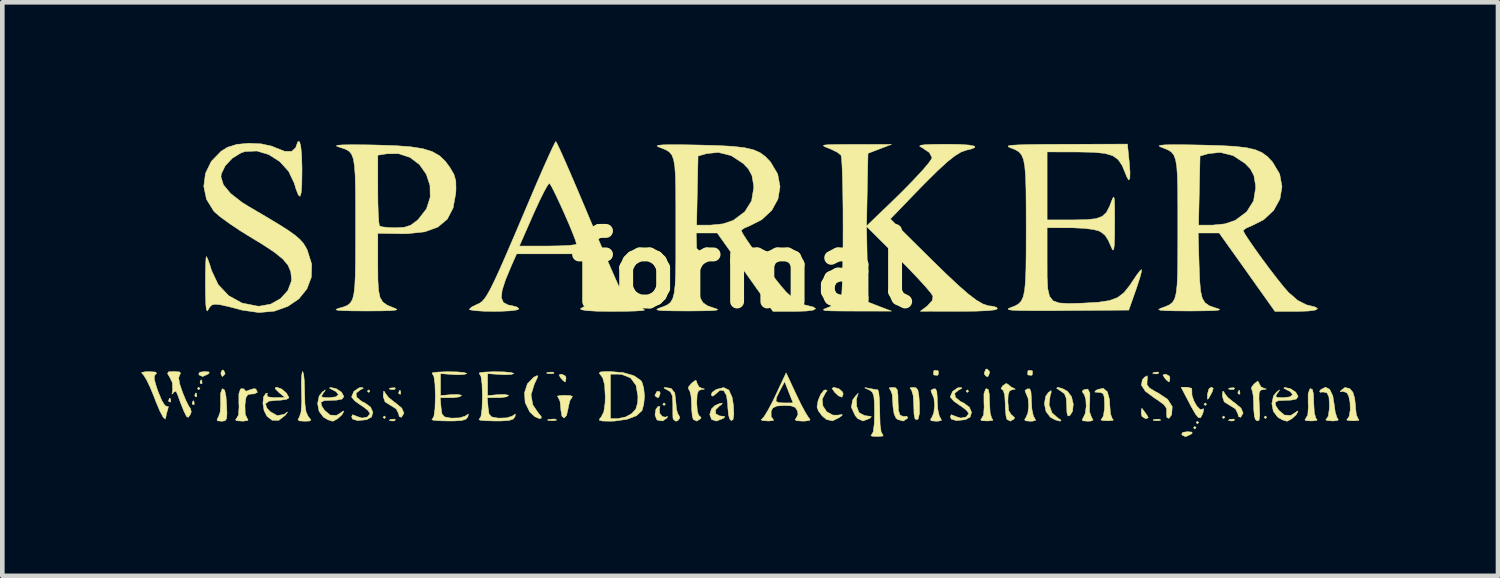
<source format=kicad_pcb>
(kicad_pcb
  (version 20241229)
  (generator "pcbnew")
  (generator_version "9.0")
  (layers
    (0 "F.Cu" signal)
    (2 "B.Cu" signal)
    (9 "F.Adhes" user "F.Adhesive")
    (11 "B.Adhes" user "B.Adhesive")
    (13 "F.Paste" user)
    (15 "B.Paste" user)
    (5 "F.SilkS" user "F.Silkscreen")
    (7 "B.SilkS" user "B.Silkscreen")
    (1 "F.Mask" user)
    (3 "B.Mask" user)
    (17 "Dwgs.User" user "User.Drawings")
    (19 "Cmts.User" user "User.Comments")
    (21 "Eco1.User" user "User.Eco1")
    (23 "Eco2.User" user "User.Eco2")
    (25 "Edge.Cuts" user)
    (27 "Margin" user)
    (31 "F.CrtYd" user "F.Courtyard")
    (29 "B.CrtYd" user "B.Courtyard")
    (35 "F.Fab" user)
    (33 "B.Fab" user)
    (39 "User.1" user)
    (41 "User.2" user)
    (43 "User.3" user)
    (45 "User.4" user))
  (footprint "formal"
    (layer "F.Cu")
    (at 13.009 2.77)
    (property "Reference" "formal" (at 0 0 0) (layer "F.SilkS") (effects (font (size 1.524 1.524) (thickness 0.3))))
    (attr through_hole)
    (fp_poly (pts (xy -11.74 2.568) (xy -11.769 2.596) (xy -11.797 2.568) (xy -11.769 2.54) (xy -11.74 2.568)) (stroke (width 0.01) (type solid)) (fill yes) (layer "F.SilkS"))
    (fp_poly (pts (xy -8.072 2.625) (xy -8.1 2.653) (xy -8.128 2.625) (xy -8.1 2.596) (xy -8.072 2.625)) (stroke (width 0.01) (type solid)) (fill yes) (layer "F.SilkS"))
    (fp_poly (pts (xy -7.733 3.189) (xy -7.761 3.217) (xy -7.789 3.189) (xy -7.761 3.161) (xy -7.733 3.189)) (stroke (width 0.01) (type solid)) (fill yes) (layer "F.SilkS"))
    (fp_poly (pts (xy -1.693 2.907) (xy -1.722 2.935) (xy -1.75 2.907) (xy -1.722 2.879) (xy -1.693 2.907)) (stroke (width 0.01) (type solid)) (fill yes) (layer "F.SilkS"))
    (fp_poly (pts (xy 4.854 2.625) (xy 4.826 2.653) (xy 4.798 2.625) (xy 4.826 2.596) (xy 4.854 2.625)) (stroke (width 0.01) (type solid)) (fill yes) (layer "F.SilkS"))
    (fp_poly (pts (xy 9.765 3.415) (xy 9.737 3.443) (xy 9.708 3.415) (xy 9.737 3.387) (xy 9.765 3.415)) (stroke (width 0.01) (type solid)) (fill yes) (layer "F.SilkS"))
    (fp_poly (pts (xy 9.821 3.302) (xy 9.793 3.33) (xy 9.765 3.302) (xy 9.793 3.274) (xy 9.821 3.302)) (stroke (width 0.01) (type solid)) (fill yes) (layer "F.SilkS"))
    (fp_poly (pts (xy 9.991 2.907) (xy 9.962 2.935) (xy 9.934 2.907) (xy 9.962 2.879) (xy 9.991 2.907)) (stroke (width 0.01) (type solid)) (fill yes) (layer "F.SilkS"))
    (fp_poly (pts (xy 10.386 3.189) (xy 10.358 3.217) (xy 10.329 3.189) (xy 10.358 3.161) (xy 10.386 3.189)) (stroke (width 0.01) (type solid)) (fill yes) (layer "F.SilkS"))
    (fp_poly (pts (xy 11.289 3.189) (xy 11.261 3.217) (xy 11.232 3.189) (xy 11.261 3.161) (xy 11.289 3.189)) (stroke (width 0.01) (type solid)) (fill yes) (layer "F.SilkS"))
    (fp_poly (pts (xy -12.38 2.785) (xy -12.373 2.852) (xy -12.38 2.86) (xy -12.414 2.852) (xy -12.418 2.822) (xy -12.397 2.776) (xy -12.38 2.785)) (stroke (width 0.01) (type solid)) (fill yes) (layer "F.SilkS"))
    (fp_poly (pts (xy -11.872 2.841) (xy -11.865 2.908) (xy -11.872 2.916) (xy -11.906 2.909) (xy -11.91 2.879) (xy -11.889 2.832) (xy -11.872 2.841)) (stroke (width 0.01) (type solid)) (fill yes) (layer "F.SilkS"))
    (fp_poly (pts (xy -11.816 2.672) (xy -11.809 2.739) (xy -11.816 2.747) (xy -11.849 2.739) (xy -11.853 2.709) (xy -11.833 2.663) (xy -11.816 2.672)) (stroke (width 0.01) (type solid)) (fill yes) (layer "F.SilkS"))
    (fp_poly (pts (xy -11.703 2.389) (xy -11.696 2.456) (xy -11.703 2.465) (xy -11.736 2.457) (xy -11.74 2.427) (xy -11.72 2.381) (xy -11.703 2.389)) (stroke (width 0.01) (type solid)) (fill yes) (layer "F.SilkS"))
    (fp_poly (pts (xy -7.522 2.562) (xy -7.539 2.588) (xy -7.596 2.592) (xy -7.657 2.578) (xy -7.631 2.558) (xy -7.542 2.551) (xy -7.522 2.562)) (stroke (width 0.01) (type solid)) (fill yes) (layer "F.SilkS"))
    (fp_poly (pts (xy -7.522 3.24) (xy -7.539 3.265) (xy -7.596 3.269) (xy -7.657 3.256) (xy -7.631 3.235) (xy -7.542 3.228) (xy -7.522 3.24)) (stroke (width 0.01) (type solid)) (fill yes) (layer "F.SilkS"))
    (fp_poly (pts (xy -7.413 2.615) (xy -7.406 2.682) (xy -7.413 2.691) (xy -7.447 2.683) (xy -7.451 2.653) (xy -7.43 2.606) (xy -7.413 2.615)) (stroke (width 0.01) (type solid)) (fill yes) (layer "F.SilkS"))
    (fp_poly (pts (xy -4.106 2.22) (xy -4.099 2.241) (xy -4.177 2.249) (xy -4.257 2.24) (xy -4.247 2.22) (xy -4.132 2.213) (xy -4.106 2.22)) (stroke (width 0.01) (type solid)) (fill yes) (layer "F.SilkS"))
    (fp_poly (pts (xy 8.959 2.224) (xy 8.943 2.249) (xy 8.885 2.253) (xy 8.825 2.24) (xy 8.851 2.219) (xy 8.939 2.212) (xy 8.959 2.224)) (stroke (width 0.01) (type solid)) (fill yes) (layer "F.SilkS"))
    (fp_poly (pts (xy 8.989 3.236) (xy 8.996 3.257) (xy 8.918 3.265) (xy 8.838 3.256) (xy 8.848 3.236) (xy 8.963 3.229) (xy 8.989 3.236)) (stroke (width 0.01) (type solid)) (fill yes) (layer "F.SilkS"))
    (fp_poly (pts (xy 10.596 2.562) (xy 10.579 2.588) (xy 10.522 2.592) (xy 10.462 2.578) (xy 10.488 2.558) (xy 10.576 2.551) (xy 10.596 2.562)) (stroke (width 0.01) (type solid)) (fill yes) (layer "F.SilkS"))
    (fp_poly (pts (xy 10.596 3.24) (xy 10.579 3.265) (xy 10.522 3.269) (xy 10.462 3.256) (xy 10.488 3.235) (xy 10.576 3.228) (xy 10.596 3.24)) (stroke (width 0.01) (type solid)) (fill yes) (layer "F.SilkS"))
    (fp_poly (pts (xy 10.706 2.615) (xy 10.712 2.682) (xy 10.706 2.691) (xy 10.672 2.683) (xy 10.668 2.653) (xy 10.689 2.606) (xy 10.706 2.615)) (stroke (width 0.01) (type solid)) (fill yes) (layer "F.SilkS"))
    (fp_poly (pts (xy -11.232 2.174) (xy -11.199 2.241) (xy -11.207 2.262) (xy -11.261 2.312) (xy -11.288 2.255) (xy -11.289 2.226) (xy -11.261 2.168) (xy -11.232 2.174)) (stroke (width 0.01) (type solid)) (fill yes) (layer "F.SilkS"))
    (fp_poly (pts (xy -11.545 2.211) (xy -11.546 2.239) (xy -11.571 2.258) (xy -11.684 2.31) (xy -11.755 2.278) (xy -11.769 2.258) (xy -11.748 2.217) (xy -11.645 2.202) (xy -11.545 2.211)) (stroke (width 0.01) (type solid)) (fill yes) (layer "F.SilkS"))
    (fp_poly (pts (xy -4.049 3.237) (xy -4.047 3.255) (xy -4.135 3.263) (xy -4.149 3.263) (xy -4.236 3.255) (xy -4.228 3.237) (xy -4.218 3.235) (xy -4.095 3.226) (xy -4.049 3.237)) (stroke (width 0.01) (type solid)) (fill yes) (layer "F.SilkS"))
    (fp_poly (pts (xy -1.814 2.637) (xy -1.806 2.678) (xy -1.836 2.755) (xy -1.863 2.766) (xy -1.917 2.725) (xy -1.919 2.713) (xy -1.878 2.636) (xy -1.863 2.625) (xy -1.814 2.637)) (stroke (width 0.01) (type solid)) (fill yes) (layer "F.SilkS"))
    (fp_poly (pts (xy 2.056 2.574) (xy 2.133 2.644) (xy 2.145 2.687) (xy 2.119 2.756) (xy 2.042 2.725) (xy 1.961 2.648) (xy 1.905 2.565) (xy 1.943 2.542) (xy 2.056 2.574)) (stroke (width 0.01) (type solid)) (fill yes) (layer "F.SilkS"))
    (fp_poly (pts (xy 4.189 2.182) (xy 4.202 2.197) (xy 4.196 2.27) (xy 4.182 2.283) (xy 4.108 2.277) (xy 4.095 2.263) (xy 4.101 2.189) (xy 4.116 2.176) (xy 4.189 2.182)) (stroke (width 0.01) (type solid)) (fill yes) (layer "F.SilkS"))
    (fp_poly (pts (xy 5.299 2.191) (xy 5.306 2.23) (xy 5.275 2.305) (xy 5.249 2.314) (xy 5.199 2.269) (xy 5.193 2.23) (xy 5.223 2.154) (xy 5.249 2.145) (xy 5.299 2.191)) (stroke (width 0.01) (type solid)) (fill yes) (layer "F.SilkS"))
    (fp_poly (pts (xy 6.221 2.182) (xy 6.234 2.197) (xy 6.228 2.27) (xy 6.214 2.283) (xy 6.14 2.277) (xy 6.127 2.263) (xy 6.133 2.189) (xy 6.148 2.176) (xy 6.221 2.182)) (stroke (width 0.01) (type solid)) (fill yes) (layer "F.SilkS"))
    (fp_poly (pts (xy 9.678 3.509) (xy 9.677 3.538) (xy 9.652 3.556) (xy 9.539 3.608) (xy 9.468 3.576) (xy 9.454 3.556) (xy 9.475 3.515) (xy 9.578 3.5) (xy 9.678 3.509)) (stroke (width 0.01) (type solid)) (fill yes) (layer "F.SilkS"))
    (fp_poly (pts (xy -3.851 2.3) (xy -3.838 2.342) (xy -3.85 2.418) (xy -3.86 2.427) (xy -3.908 2.39) (xy -3.951 2.342) (xy -3.99 2.276) (xy -3.939 2.258) (xy -3.93 2.258) (xy -3.851 2.3)) (stroke (width 0.01) (type solid)) (fill yes) (layer "F.SilkS"))
    (fp_poly (pts (xy 8.639 3.055) (xy 8.687 3.119) (xy 8.733 3.194) (xy 8.696 3.217) (xy 8.671 3.217) (xy 8.595 3.17) (xy 8.58 3.095) (xy 8.586 3.008) (xy 8.596 2.996) (xy 8.639 3.055)) (stroke (width 0.01) (type solid)) (fill yes) (layer "F.SilkS"))
    (fp_poly (pts (xy 9.188 2.3) (xy 9.2 2.342) (xy 9.189 2.418) (xy 9.179 2.427) (xy 9.13 2.39) (xy 9.088 2.342) (xy 9.048 2.276) (xy 9.1 2.258) (xy 9.109 2.258) (xy 9.188 2.3)) (stroke (width 0.01) (type solid)) (fill yes) (layer "F.SilkS"))
    (fp_poly (pts (xy 10.135 2.561) (xy 10.111 2.642) (xy 10.098 2.667) (xy 10.035 2.782) (xy 10.01 2.799) (xy 10.009 2.72) (xy 10.011 2.685) (xy 10.041 2.577) (xy 10.091 2.54) (xy 10.135 2.561)) (stroke (width 0.01) (type solid)) (fill yes) (layer "F.SilkS"))
    (fp_poly (pts (xy -1.821 3.006) (xy -1.818 3.1) (xy -1.76 3.174) (xy -1.685 3.187) (xy -1.665 3.175) (xy -1.645 3.173) (xy -1.659 3.203) (xy -1.749 3.268) (xy -1.858 3.254) (xy -1.881 3.236) (xy -1.918 3.136) (xy -1.898 3.016) (xy -1.853 2.957) (xy -1.81 2.955) (xy -1.821 3.006)) (stroke (width 0.01) (type solid)) (fill yes) (layer "F.SilkS"))
    (fp_poly (pts (xy 3.718 2.553) (xy 3.758 2.603) (xy 3.779 2.72) (xy 3.791 2.878) (xy 3.793 3.098) (xy 3.767 3.217) (xy 3.739 3.243) (xy 3.697 3.225) (xy 3.675 3.122) (xy 3.669 2.938) (xy 3.657 2.721) (xy 3.621 2.599) (xy 3.598 2.577) (xy 3.588 2.554) (xy 3.65 2.544) (xy 3.718 2.553)) (stroke (width 0.01) (type solid)) (fill yes) (layer "F.SilkS"))
    (fp_poly (pts (xy 6.635 2.656) (xy 6.615 2.715) (xy 6.59 2.915) (xy 6.653 3.092) (xy 6.776 3.202) (xy 6.85 3.252) (xy 6.831 3.273) (xy 6.828 3.273) (xy 6.719 3.243) (xy 6.617 3.186) (xy 6.524 3.063) (xy 6.49 2.897) (xy 6.517 2.736) (xy 6.578 2.651) (xy 6.635 2.613) (xy 6.635 2.656)) (stroke (width 0.01) (type solid)) (fill yes) (layer "F.SilkS"))
    (fp_poly (pts (xy -0.478 2.911) (xy -0.522 2.94) (xy -0.609 3.027) (xy -0.607 3.113) (xy -0.52 3.16) (xy -0.494 3.162) (xy -0.411 3.171) (xy -0.432 3.204) (xy -0.452 3.217) (xy -0.594 3.271) (xy -0.696 3.236) (xy -0.735 3.13) (xy -0.698 3.008) (xy -0.625 2.937) (xy -0.52 2.892) (xy -0.464 2.883) (xy -0.478 2.911)) (stroke (width 0.01) (type solid)) (fill yes) (layer "F.SilkS"))
    (fp_poly (pts (xy 6.884 2.571) (xy 6.987 2.628) (xy 7.075 2.744) (xy 7.113 2.905) (xy 7.097 3.061) (xy 7.041 3.149) (xy 6.998 3.161) (xy 6.976 3.092) (xy 6.971 2.947) (xy 6.961 2.777) (xy 6.921 2.679) (xy 6.834 2.616) (xy 6.83 2.614) (xy 6.754 2.563) (xy 6.771 2.541) (xy 6.775 2.541) (xy 6.884 2.571)) (stroke (width 0.01) (type solid)) (fill yes) (layer "F.SilkS"))
    (fp_poly (pts (xy -11.209 2.603) (xy -11.18 2.737) (xy -11.167 2.911) (xy -11.159 3.106) (xy -11.167 3.215) (xy -11.198 3.263) (xy -11.261 3.274) (xy -11.282 3.274) (xy -11.372 3.263) (xy -11.367 3.217) (xy -11.346 3.19) (xy -11.306 3.079) (xy -11.295 2.903) (xy -11.298 2.853) (xy -11.297 2.673) (xy -11.263 2.579) (xy -11.252 2.573) (xy -11.209 2.603)) (stroke (width 0.01) (type solid)) (fill yes) (layer "F.SilkS"))
    (fp_poly (pts (xy -7.755 2.638) (xy -7.742 2.668) (xy -7.669 2.763) (xy -7.542 2.865) (xy -7.52 2.879) (xy -7.385 2.991) (xy -7.338 3.1) (xy -7.389 3.185) (xy -7.394 3.189) (xy -7.44 3.173) (xy -7.451 3.115) (xy -7.504 3.008) (xy -7.62 2.935) (xy -7.745 2.857) (xy -7.785 2.745) (xy -7.785 2.717) (xy -7.777 2.625) (xy -7.755 2.638)) (stroke (width 0.01) (type solid)) (fill yes) (layer "F.SilkS"))
    (fp_poly (pts (xy -3.742 2.721) (xy -3.697 2.742) (xy -3.707 2.753) (xy -3.757 2.834) (xy -3.79 2.973) (xy -3.791 2.988) (xy -3.826 3.146) (xy -3.878 3.206) (xy -3.926 3.167) (xy -3.951 3.027) (xy -3.951 3.001) (xy -3.967 2.847) (xy -4.009 2.755) (xy -4.022 2.747) (xy -4.018 2.729) (xy -3.924 2.717) (xy -3.866 2.715) (xy -3.742 2.721)) (stroke (width 0.01) (type solid)) (fill yes) (layer "F.SilkS"))
    (fp_poly (pts (xy 2.469 2.677) (xy 2.431 2.797) (xy 2.437 2.953) (xy 2.483 3.079) (xy 2.495 3.093) (xy 2.605 3.151) (xy 2.678 3.162) (xy 2.754 3.171) (xy 2.726 3.206) (xy 2.709 3.217) (xy 2.572 3.269) (xy 2.459 3.217) (xy 2.402 3.148) (xy 2.322 2.972) (xy 2.35 2.815) (xy 2.413 2.729) (xy 2.471 2.669) (xy 2.469 2.677)) (stroke (width 0.01) (type solid)) (fill yes) (layer "F.SilkS"))
    (fp_poly (pts (xy 9.669 2.563) (xy 9.674 2.62) (xy 9.676 2.714) (xy 9.718 2.838) (xy 9.783 2.952) (xy 9.848 3.017) (xy 9.88 3.018) (xy 9.928 3.005) (xy 9.92 3.071) (xy 9.9 3.128) (xy 9.862 3.197) (xy 9.816 3.198) (xy 9.752 3.12) (xy 9.656 2.953) (xy 9.617 2.878) (xy 9.441 2.54) (xy 9.573 2.54) (xy 9.669 2.563)) (stroke (width 0.01) (type solid)) (fill yes) (layer "F.SilkS"))
    (fp_poly (pts (xy 10.364 2.638) (xy 10.377 2.668) (xy 10.45 2.763) (xy 10.577 2.865) (xy 10.599 2.879) (xy 10.734 2.991) (xy 10.78 3.1) (xy 10.73 3.185) (xy 10.724 3.189) (xy 10.679 3.173) (xy 10.668 3.115) (xy 10.615 3.008) (xy 10.499 2.935) (xy 10.373 2.857) (xy 10.334 2.745) (xy 10.333 2.717) (xy 10.342 2.625) (xy 10.364 2.638)) (stroke (width 0.01) (type solid)) (fill yes) (layer "F.SilkS"))
    (fp_poly (pts (xy -4.447 2.309) (xy -4.488 2.401) (xy -4.521 2.466) (xy -4.594 2.704) (xy -4.556 2.921) (xy -4.442 3.09) (xy -4.371 3.179) (xy -4.378 3.213) (xy -4.417 3.217) (xy -4.512 3.176) (xy -4.619 3.076) (xy -4.624 3.069) (xy -4.721 2.872) (xy -4.735 2.66) (xy -4.673 2.467) (xy -4.537 2.326) (xy -4.521 2.317) (xy -4.458 2.288) (xy -4.447 2.309)) (stroke (width 0.01) (type solid)) (fill yes) (layer "F.SilkS"))
    (fp_poly (pts (xy 5.277 2.588) (xy 5.3 2.692) (xy 5.306 2.876) (xy 5.318 3.093) (xy 5.353 3.215) (xy 5.376 3.236) (xy 5.375 3.255) (xy 5.285 3.267) (xy 5.249 3.268) (xy 5.128 3.261) (xy 5.116 3.233) (xy 5.128 3.224) (xy 5.177 3.138) (xy 5.189 2.961) (xy 5.185 2.886) (xy 5.184 2.682) (xy 5.22 2.581) (xy 5.235 2.571) (xy 5.277 2.588)) (stroke (width 0.01) (type solid)) (fill yes) (layer "F.SilkS"))
    (fp_poly (pts (xy 12.276 2.588) (xy 12.299 2.692) (xy 12.305 2.876) (xy 12.317 3.093) (xy 12.353 3.215) (xy 12.375 3.236) (xy 12.374 3.255) (xy 12.284 3.267) (xy 12.248 3.268) (xy 12.127 3.261) (xy 12.115 3.233) (xy 12.127 3.224) (xy 12.176 3.138) (xy 12.188 2.961) (xy 12.184 2.886) (xy 12.184 2.682) (xy 12.219 2.581) (xy 12.234 2.571) (xy 12.276 2.588)) (stroke (width 0.01) (type solid)) (fill yes) (layer "F.SilkS"))
    (fp_poly (pts (xy -0.323 2.602) (xy -0.253 2.756) (xy -0.224 2.931) (xy -0.215 3.124) (xy -0.232 3.238) (xy -0.271 3.262) (xy -0.309 3.22) (xy -0.33 3.134) (xy -0.345 2.981) (xy -0.348 2.904) (xy -0.373 2.718) (xy -0.433 2.614) (xy -0.516 2.604) (xy -0.595 2.675) (xy -0.667 2.734) (xy -0.703 2.713) (xy -0.685 2.651) (xy -0.591 2.586) (xy -0.434 2.547) (xy -0.323 2.602)) (stroke (width 0.01) (type solid)) (fill yes) (layer "F.SilkS"))
    (fp_poly (pts (xy 1.8 2.613) (xy 1.761 2.664) (xy 1.692 2.799) (xy 1.708 2.946) (xy 1.791 3.071) (xy 1.922 3.142) (xy 2.026 3.143) (xy 2.124 3.128) (xy 2.121 3.15) (xy 2.062 3.194) (xy 1.916 3.266) (xy 1.786 3.237) (xy 1.693 3.161) (xy 1.61 3.051) (xy 1.58 2.967) (xy 1.604 2.829) (xy 1.66 2.695) (xy 1.729 2.608) (xy 1.76 2.596) (xy 1.8 2.613)) (stroke (width 0.01) (type solid)) (fill yes) (layer "F.SilkS"))
    (fp_poly (pts (xy 4.167 2.637) (xy 4.177 2.782) (xy 4.177 2.841) (xy 4.189 3.023) (xy 4.22 3.161) (xy 4.245 3.206) (xy 4.27 3.254) (xy 4.202 3.273) (xy 4.149 3.274) (xy 4.042 3.264) (xy 4.033 3.229) (xy 4.053 3.206) (xy 4.101 3.098) (xy 4.119 2.937) (xy 4.105 2.777) (xy 4.06 2.672) (xy 4.038 2.61) (xy 4.088 2.577) (xy 4.141 2.576) (xy 4.167 2.637)) (stroke (width 0.01) (type solid)) (fill yes) (layer "F.SilkS"))
    (fp_poly (pts (xy 6.199 2.637) (xy 6.209 2.782) (xy 6.209 2.841) (xy 6.221 3.023) (xy 6.252 3.161) (xy 6.277 3.206) (xy 6.302 3.254) (xy 6.234 3.273) (xy 6.181 3.274) (xy 6.074 3.264) (xy 6.065 3.229) (xy 6.085 3.206) (xy 6.133 3.098) (xy 6.151 2.937) (xy 6.137 2.777) (xy 6.092 2.672) (xy 6.07 2.61) (xy 6.12 2.577) (xy 6.173 2.576) (xy 6.199 2.637)) (stroke (width 0.01) (type solid)) (fill yes) (layer "F.SilkS"))
    (fp_poly (pts (xy 7.471 2.668) (xy 7.47 2.847) (xy 7.465 2.885) (xy 7.464 3.071) (xy 7.507 3.189) (xy 7.541 3.249) (xy 7.49 3.271) (xy 7.418 3.274) (xy 7.314 3.264) (xy 7.308 3.228) (xy 7.326 3.206) (xy 7.372 3.106) (xy 7.392 2.955) (xy 7.384 2.802) (xy 7.349 2.694) (xy 7.332 2.677) (xy 7.305 2.627) (xy 7.344 2.592) (xy 7.428 2.58) (xy 7.471 2.668)) (stroke (width 0.01) (type solid)) (fill yes) (layer "F.SilkS"))
    (fp_poly (pts (xy -1.569 2.566) (xy -1.491 2.663) (xy -1.468 2.85) (xy -1.468 2.853) (xy -1.455 3.011) (xy -1.425 3.116) (xy -1.41 3.133) (xy -1.38 3.198) (xy -1.423 3.261) (xy -1.471 3.274) (xy -1.524 3.229) (xy -1.53 3.203) (xy -1.533 3.105) (xy -1.533 2.947) (xy -1.533 2.89) (xy -1.542 2.727) (xy -1.584 2.639) (xy -1.654 2.597) (xy -1.724 2.559) (xy -1.712 2.544) (xy -1.569 2.566)) (stroke (width 0.01) (type solid)) (fill yes) (layer "F.SilkS"))
    (fp_poly (pts (xy -9.505 2.253) (xy -9.49 2.391) (xy -9.483 2.589) (xy -9.483 2.649) (xy -9.475 2.906) (xy -9.451 3.073) (xy -9.406 3.171) (xy -9.394 3.185) (xy -9.345 3.246) (xy -9.377 3.27) (xy -9.486 3.274) (xy -9.603 3.266) (xy -9.626 3.233) (xy -9.598 3.192) (xy -9.56 3.079) (xy -9.545 2.862) (xy -9.549 2.656) (xy -9.553 2.445) (xy -9.546 2.287) (xy -9.531 2.206) (xy -9.525 2.201) (xy -9.505 2.253)) (stroke (width 0.01) (type solid)) (fill yes) (layer "F.SilkS"))
    (fp_poly (pts (xy 3.276 2.552) (xy 3.314 2.598) (xy 3.328 2.711) (xy 3.33 2.85) (xy 3.339 3.042) (xy 3.373 3.142) (xy 3.446 3.173) (xy 3.518 3.166) (xy 3.539 3.194) (xy 3.529 3.216) (xy 3.44 3.271) (xy 3.325 3.238) (xy 3.285 3.206) (xy 3.244 3.112) (xy 3.22 2.953) (xy 3.217 2.872) (xy 3.203 2.693) (xy 3.163 2.59) (xy 3.147 2.577) (xy 3.137 2.555) (xy 3.203 2.544) (xy 3.276 2.552)) (stroke (width 0.01) (type solid)) (fill yes) (layer "F.SilkS"))
    (fp_poly (pts (xy 12.65 2.589) (xy 12.716 2.727) (xy 12.746 2.912) (xy 12.769 3.081) (xy 12.808 3.201) (xy 12.831 3.229) (xy 12.827 3.256) (xy 12.735 3.268) (xy 12.7 3.268) (xy 12.59 3.259) (xy 12.563 3.242) (xy 12.573 3.236) (xy 12.619 3.162) (xy 12.642 3.001) (xy 12.644 2.93) (xy 12.633 2.751) (xy 12.591 2.662) (xy 12.503 2.642) (xy 12.446 2.65) (xy 12.43 2.628) (xy 12.462 2.588) (xy 12.561 2.539) (xy 12.65 2.589)) (stroke (width 0.01) (type solid)) (fill yes) (layer "F.SilkS"))
    (fp_poly (pts (xy 7.848 2.637) (xy 7.895 2.807) (xy 7.902 2.937) (xy 7.917 3.119) (xy 7.956 3.223) (xy 7.973 3.236) (xy 7.972 3.255) (xy 7.881 3.264) (xy 7.846 3.265) (xy 7.736 3.258) (xy 7.709 3.242) (xy 7.719 3.236) (xy 7.764 3.162) (xy 7.788 3.001) (xy 7.789 2.93) (xy 7.784 2.764) (xy 7.759 2.681) (xy 7.701 2.653) (xy 7.662 2.651) (xy 7.576 2.644) (xy 7.595 2.616) (xy 7.637 2.59) (xy 7.76 2.563) (xy 7.848 2.637)) (stroke (width 0.01) (type solid)) (fill yes) (layer "F.SilkS"))
    (fp_poly (pts (xy 8.714 2.353) (xy 8.707 2.396) (xy 8.705 2.487) (xy 8.757 2.557) (xy 8.885 2.634) (xy 8.942 2.663) (xy 9.149 2.8) (xy 9.249 2.957) (xy 9.238 3.129) (xy 9.237 3.133) (xy 9.18 3.212) (xy 9.134 3.194) (xy 9.127 3.092) (xy 9.129 3.084) (xy 9.127 2.997) (xy 9.071 2.918) (xy 8.941 2.821) (xy 8.867 2.774) (xy 8.669 2.626) (xy 8.583 2.494) (xy 8.606 2.374) (xy 8.656 2.321) (xy 8.709 2.293) (xy 8.714 2.353)) (stroke (width 0.01) (type solid)) (fill yes) (layer "F.SilkS"))
    (fp_poly (pts (xy 11.119 2.434) (xy 11.12 2.451) (xy 11.166 2.532) (xy 11.218 2.558) (xy 11.283 2.579) (xy 11.238 2.588) (xy 11.212 2.59) (xy 11.154 2.606) (xy 11.126 2.663) (xy 11.122 2.786) (xy 11.13 2.935) (xy 11.139 3.143) (xy 11.125 3.25) (xy 11.085 3.268) (xy 11.044 3.236) (xy 11.023 3.163) (xy 11.009 3.015) (xy 11.007 2.902) (xy 10.999 2.732) (xy 10.979 2.616) (xy 10.962 2.587) (xy 10.962 2.54) (xy 11.018 2.469) (xy 11.094 2.409) (xy 11.119 2.434)) (stroke (width 0.01) (type solid)) (fill yes) (layer "F.SilkS"))
    (fp_poly (pts (xy 13.083 2.571) (xy 13.15 2.649) (xy 13.188 2.777) (xy 13.207 2.95) (xy 13.208 2.983) (xy 13.224 3.136) (xy 13.266 3.228) (xy 13.279 3.236) (xy 13.278 3.255) (xy 13.187 3.264) (xy 13.152 3.265) (xy 13.041 3.258) (xy 13.015 3.242) (xy 13.025 3.236) (xy 13.071 3.165) (xy 13.093 3.027) (xy 13.088 2.866) (xy 13.059 2.727) (xy 13.019 2.66) (xy 12.932 2.627) (xy 12.897 2.639) (xy 12.878 2.64) (xy 12.892 2.611) (xy 12.979 2.545) (xy 13.083 2.571)) (stroke (width 0.01) (type solid)) (fill yes) (layer "F.SilkS"))
    (fp_poly (pts (xy 5.696 2.472) (xy 5.774 2.537) (xy 5.814 2.555) (xy 5.862 2.582) (xy 5.801 2.592) (xy 5.8 2.592) (xy 5.737 2.618) (xy 5.707 2.707) (xy 5.701 2.852) (xy 5.718 3.043) (xy 5.773 3.134) (xy 5.785 3.14) (xy 5.843 3.193) (xy 5.838 3.223) (xy 5.757 3.272) (xy 5.682 3.236) (xy 5.661 3.163) (xy 5.647 3.015) (xy 5.644 2.897) (xy 5.633 2.711) (xy 5.602 2.61) (xy 5.581 2.596) (xy 5.553 2.567) (xy 5.59 2.509) (xy 5.662 2.46) (xy 5.696 2.472)) (stroke (width 0.01) (type solid)) (fill yes) (layer "F.SilkS"))
    (fp_poly (pts (xy -12.705 2.212) (xy -12.676 2.239) (xy -12.692 2.251) (xy -12.727 2.297) (xy -12.724 2.383) (xy -12.681 2.535) (xy -12.642 2.645) (xy -12.566 2.826) (xy -12.499 2.934) (xy -12.457 2.953) (xy -12.423 2.959) (xy -12.436 3.015) (xy -12.469 3.125) (xy -12.474 3.166) (xy -12.491 3.227) (xy -12.536 3.188) (xy -12.606 3.058) (xy -12.697 2.842) (xy -12.727 2.761) (xy -12.814 2.547) (xy -12.897 2.374) (xy -12.964 2.27) (xy -12.981 2.255) (xy -13.004 2.222) (xy -12.923 2.206) (xy -12.841 2.204) (xy -12.705 2.212)) (stroke (width 0.01) (type solid)) (fill yes) (layer "F.SilkS"))
    (fp_poly (pts (xy -1.019 2.405) (xy -1.016 2.442) (xy -0.969 2.531) (xy -0.917 2.558) (xy -0.848 2.579) (xy -0.888 2.588) (xy -0.917 2.59) (xy -0.978 2.615) (xy -1.008 2.699) (xy -1.016 2.868) (xy -1.016 2.879) (xy -1.005 3.045) (xy -0.977 3.145) (xy -0.956 3.161) (xy -0.923 3.195) (xy -0.931 3.217) (xy -1.014 3.272) (xy -1.091 3.236) (xy -1.113 3.163) (xy -1.126 3.015) (xy -1.129 2.902) (xy -1.139 2.732) (xy -1.167 2.615) (xy -1.19 2.586) (xy -1.198 2.54) (xy -1.133 2.459) (xy -1.049 2.393) (xy -1.019 2.405)) (stroke (width 0.01) (type solid)) (fill yes) (layer "F.SilkS"))
    (fp_poly (pts (xy 2.709 2.566) (xy 2.832 2.588) (xy 2.893 2.596) (xy 2.912 2.648) (xy 2.927 2.787) (xy 2.934 2.987) (xy 2.935 3.072) (xy 2.942 3.341) (xy 2.965 3.507) (xy 3.005 3.575) (xy 3.006 3.575) (xy 3.005 3.593) (xy 2.914 3.603) (xy 2.879 3.604) (xy 2.768 3.597) (xy 2.742 3.58) (xy 2.752 3.575) (xy 2.793 3.506) (xy 2.816 3.336) (xy 2.822 3.098) (xy 2.819 2.871) (xy 2.807 2.732) (xy 2.778 2.653) (xy 2.726 2.608) (xy 2.695 2.593) (xy 2.61 2.554) (xy 2.629 2.55) (xy 2.709 2.566)) (stroke (width 0.01) (type solid)) (fill yes) (layer "F.SilkS"))
    (fp_poly (pts (xy -10.534 2.58) (xy -10.501 2.65) (xy -10.57 2.684) (xy -10.626 2.686) (xy -10.706 2.698) (xy -10.748 2.76) (xy -10.768 2.903) (xy -10.77 2.93) (xy -10.765 3.122) (xy -10.718 3.223) (xy -10.714 3.225) (xy -10.704 3.257) (xy -10.802 3.272) (xy -10.837 3.272) (xy -10.96 3.262) (xy -10.971 3.233) (xy -10.958 3.224) (xy -10.909 3.138) (xy -10.898 2.961) (xy -10.902 2.886) (xy -10.902 2.682) (xy -10.867 2.581) (xy -10.851 2.571) (xy -10.788 2.578) (xy -10.781 2.6) (xy -10.743 2.627) (xy -10.675 2.6) (xy -10.576 2.57) (xy -10.534 2.58)) (stroke (width 0.01) (type solid)) (fill yes) (layer "F.SilkS"))
    (fp_poly (pts (xy -8.214 2.561) (xy -8.282 2.598) (xy -8.372 2.669) (xy -8.359 2.757) (xy -8.249 2.848) (xy -8.18 2.88) (xy -8.058 2.969) (xy -8.009 3.081) (xy -8.038 3.183) (xy -8.142 3.241) (xy -8.336 3.261) (xy -8.446 3.228) (xy -8.467 3.179) (xy -8.447 3.133) (xy -8.371 3.163) (xy -8.361 3.169) (xy -8.241 3.206) (xy -8.129 3.184) (xy -8.072 3.116) (xy -8.072 3.104) (xy -8.116 3.04) (xy -8.227 2.954) (xy -8.269 2.928) (xy -8.394 2.839) (xy -8.462 2.76) (xy -8.467 2.743) (xy -8.419 2.631) (xy -8.309 2.555) (xy -8.244 2.544) (xy -8.214 2.561)) (stroke (width 0.01) (type solid)) (fill yes) (layer "F.SilkS"))
    (fp_poly (pts (xy 4.712 2.561) (xy 4.643 2.598) (xy 4.554 2.669) (xy 4.567 2.757) (xy 4.677 2.848) (xy 4.745 2.88) (xy 4.868 2.969) (xy 4.917 3.081) (xy 4.887 3.183) (xy 4.784 3.241) (xy 4.589 3.261) (xy 4.48 3.228) (xy 4.459 3.179) (xy 4.479 3.133) (xy 4.555 3.163) (xy 4.565 3.169) (xy 4.685 3.206) (xy 4.797 3.184) (xy 4.853 3.116) (xy 4.854 3.104) (xy 4.81 3.04) (xy 4.699 2.954) (xy 4.657 2.928) (xy 4.532 2.839) (xy 4.464 2.76) (xy 4.459 2.743) (xy 4.507 2.631) (xy 4.616 2.555) (xy 4.682 2.544) (xy 4.712 2.561)) (stroke (width 0.01) (type solid)) (fill yes) (layer "F.SilkS"))
    (fp_poly (pts (xy -12.178 2.211) (xy -12.16 2.245) (xy -12.176 2.265) (xy -12.202 2.337) (xy -12.18 2.469) (xy -12.12 2.646) (xy -12.048 2.821) (xy -11.983 2.951) (xy -11.948 2.999) (xy -11.929 3.072) (xy -11.954 3.137) (xy -11.996 3.192) (xy -12.035 3.167) (xy -12.091 3.05) (xy -12.095 3.04) (xy -12.163 2.871) (xy -12.216 2.723) (xy -12.22 2.711) (xy -12.259 2.627) (xy -12.303 2.643) (xy -12.315 2.66) (xy -12.347 2.69) (xy -12.335 2.62) (xy -12.332 2.608) (xy -12.338 2.443) (xy -12.386 2.34) (xy -12.442 2.245) (xy -12.422 2.208) (xy -12.31 2.201) (xy -12.295 2.201) (xy -12.178 2.211)) (stroke (width 0.01) (type solid)) (fill yes) (layer "F.SilkS"))
    (fp_poly (pts (xy -9.978 2.579) (xy -9.874 2.667) (xy -9.822 2.762) (xy -9.821 2.77) (xy -9.872 2.801) (xy -9.999 2.82) (xy -10.075 2.822) (xy -10.255 2.841) (xy -10.329 2.899) (xy -10.296 2.993) (xy -10.226 3.067) (xy -10.073 3.153) (xy -9.926 3.127) (xy -9.876 3.09) (xy -9.85 3.076) (xy -9.892 3.135) (xy -9.902 3.147) (xy -10.042 3.256) (xy -10.183 3.253) (xy -10.292 3.171) (xy -10.357 3.047) (xy -10.383 2.891) (xy -10.369 2.75) (xy -10.321 2.676) (xy -10.282 2.669) (xy -10.296 2.701) (xy -10.284 2.746) (xy -10.17 2.763) (xy -10.121 2.764) (xy -9.906 2.762) (xy -10.039 2.651) (xy -10.118 2.572) (xy -10.104 2.541) (xy -10.086 2.54) (xy -9.978 2.579)) (stroke (width 0.01) (type solid)) (fill yes) (layer "F.SilkS"))
    (fp_poly (pts (xy -8.799 2.572) (xy -8.686 2.647) (xy -8.636 2.738) (xy -8.636 2.74) (xy -8.672 2.794) (xy -8.79 2.819) (xy -8.89 2.822) (xy -9.06 2.83) (xy -9.131 2.866) (xy -9.114 2.945) (xy -9.056 3.035) (xy -8.932 3.141) (xy -8.793 3.149) (xy -8.704 3.093) (xy -8.647 3.053) (xy -8.636 3.061) (xy -8.678 3.137) (xy -8.771 3.221) (xy -8.865 3.272) (xy -8.881 3.274) (xy -8.976 3.244) (xy -9.075 3.186) (xy -9.17 3.06) (xy -9.202 2.892) (xy -9.168 2.73) (xy -9.102 2.646) (xy -9.035 2.597) (xy -9.049 2.626) (xy -9.08 2.667) (xy -9.12 2.732) (xy -9.088 2.76) (xy -8.963 2.766) (xy -8.953 2.766) (xy -8.805 2.747) (xy -8.753 2.698) (xy -8.804 2.634) (xy -8.876 2.598) (xy -8.945 2.56) (xy -8.929 2.544) (xy -8.799 2.572)) (stroke (width 0.01) (type solid)) (fill yes) (layer "F.SilkS"))
    (fp_poly (pts (xy 11.803 2.572) (xy 11.916 2.647) (xy 11.966 2.738) (xy 11.966 2.74) (xy 11.931 2.794) (xy 11.812 2.819) (xy 11.712 2.822) (xy 11.542 2.83) (xy 11.471 2.866) (xy 11.488 2.945) (xy 11.546 3.035) (xy 11.671 3.141) (xy 11.809 3.149) (xy 11.898 3.093) (xy 11.956 3.053) (xy 11.966 3.061) (xy 11.924 3.137) (xy 11.831 3.221) (xy 11.737 3.272) (xy 11.721 3.274) (xy 11.626 3.244) (xy 11.527 3.186) (xy 11.432 3.06) (xy 11.4 2.892) (xy 11.435 2.73) (xy 11.501 2.646) (xy 11.567 2.597) (xy 11.553 2.626) (xy 11.522 2.667) (xy 11.482 2.732) (xy 11.514 2.76) (xy 11.639 2.766) (xy 11.649 2.766) (xy 11.797 2.747) (xy 11.849 2.698) (xy 11.798 2.634) (xy 11.726 2.598) (xy 11.657 2.56) (xy 11.674 2.544) (xy 11.803 2.572)) (stroke (width 0.01) (type solid)) (fill yes) (layer "F.SilkS"))
    (fp_poly (pts (xy 1.136 2.707) (xy 1.24 2.921) (xy 1.335 3.096) (xy 1.405 3.206) (xy 1.427 3.228) (xy 1.423 3.255) (xy 1.327 3.271) (xy 1.27 3.272) (xy 1.134 3.263) (xy 1.105 3.236) (xy 1.121 3.224) (xy 1.17 3.132) (xy 1.159 3.055) (xy 1.113 2.977) (xy 1.018 2.942) (xy 0.875 2.935) (xy 0.712 2.946) (xy 0.627 2.987) (xy 0.59 3.055) (xy 0.59 3.178) (xy 0.629 3.224) (xy 0.642 3.257) (xy 0.545 3.269) (xy 0.508 3.268) (xy 0.399 3.259) (xy 0.374 3.241) (xy 0.384 3.235) (xy 0.439 3.174) (xy 0.524 3.034) (xy 0.625 2.843) (xy 0.694 2.843) (xy 0.754 2.874) (xy 0.87 2.879) (xy 1.063 2.879) (xy 0.882 2.418) (xy 0.782 2.606) (xy 0.706 2.761) (xy 0.694 2.843) (xy 0.625 2.843) (xy 0.627 2.839) (xy 0.685 2.718) (xy 0.913 2.23) (xy 1.136 2.707)) (stroke (width 0.01) (type solid)) (fill yes) (layer "F.SilkS"))
    (fp_poly (pts (xy -2.604 2.225) (xy -2.375 2.29) (xy -2.227 2.391) (xy -2.2 2.429) (xy -2.162 2.555) (xy -2.145 2.723) (xy -2.145 2.738) (xy -2.16 2.905) (xy -2.196 3.038) (xy -2.2 3.046) (xy -2.318 3.156) (xy -2.523 3.233) (xy -2.793 3.271) (xy -2.891 3.274) (xy -3.052 3.27) (xy -3.119 3.254) (xy -3.11 3.217) (xy -3.08 3.185) (xy -3.023 3.074) (xy -2.995 2.878) (xy -2.992 2.738) (xy -3.005 2.491) (xy -3.046 2.338) (xy -3.08 2.29) (xy -3.106 2.258) (xy -2.879 2.258) (xy -2.879 3.217) (xy -2.716 3.217) (xy -2.549 3.181) (xy -2.419 3.109) (xy -2.331 3.01) (xy -2.292 2.874) (xy -2.286 2.738) (xy -2.327 2.499) (xy -2.445 2.339) (xy -2.635 2.263) (xy -2.716 2.258) (xy -2.879 2.258) (xy -3.106 2.258) (xy -3.122 2.238) (xy -3.098 2.211) (xy -2.991 2.202) (xy -2.891 2.201) (xy -2.604 2.225)) (stroke (width 0.01) (type solid)) (fill yes) (layer "F.SilkS"))
    (fp_poly (pts (xy -6.194 2.209) (xy -6.048 2.222) (xy -5.984 2.241) (xy -5.983 2.244) (xy -6.034 2.264) (xy -6.163 2.271) (xy -6.265 2.266) (xy -6.548 2.247) (xy -6.548 2.721) (xy -6.322 2.7) (xy -6.181 2.696) (xy -6.102 2.712) (xy -6.096 2.722) (xy -6.146 2.749) (xy -6.272 2.765) (xy -6.325 2.766) (xy -6.554 2.766) (xy -6.537 2.977) (xy -6.517 3.116) (xy -6.463 3.18) (xy -6.34 3.204) (xy -6.304 3.207) (xy -6.141 3.202) (xy -6.02 3.166) (xy -6.006 3.157) (xy -5.948 3.119) (xy -5.955 3.17) (xy -5.96 3.181) (xy -6.001 3.231) (xy -6.093 3.259) (xy -6.261 3.269) (xy -6.398 3.269) (xy -6.583 3.264) (xy -6.703 3.253) (xy -6.736 3.239) (xy -6.731 3.236) (xy -6.691 3.17) (xy -6.668 3.006) (xy -6.66 2.738) (xy -6.668 2.469) (xy -6.691 2.305) (xy -6.731 2.239) (xy -6.715 2.225) (xy -6.608 2.213) (xy -6.431 2.206) (xy -6.392 2.206) (xy -6.194 2.209)) (stroke (width 0.01) (type solid)) (fill yes) (layer "F.SilkS"))
    (fp_poly (pts (xy -5.178 2.209) (xy -5.032 2.222) (xy -4.968 2.241) (xy -4.967 2.244) (xy -5.018 2.264) (xy -5.147 2.271) (xy -5.249 2.266) (xy -5.532 2.247) (xy -5.532 2.721) (xy -5.306 2.7) (xy -5.165 2.696) (xy -5.086 2.712) (xy -5.08 2.722) (xy -5.13 2.749) (xy -5.256 2.765) (xy -5.309 2.766) (xy -5.538 2.766) (xy -5.521 2.977) (xy -5.501 3.116) (xy -5.447 3.18) (xy -5.324 3.204) (xy -5.288 3.207) (xy -5.125 3.202) (xy -5.004 3.166) (xy -4.99 3.157) (xy -4.932 3.119) (xy -4.939 3.17) (xy -4.944 3.181) (xy -4.985 3.231) (xy -5.077 3.259) (xy -5.245 3.269) (xy -5.382 3.269) (xy -5.567 3.264) (xy -5.687 3.253) (xy -5.72 3.239) (xy -5.715 3.236) (xy -5.675 3.17) (xy -5.652 3.006) (xy -5.644 2.738) (xy -5.652 2.469) (xy -5.675 2.305) (xy -5.715 2.239) (xy -5.699 2.225) (xy -5.592 2.213) (xy -5.415 2.206) (xy -5.376 2.206) (xy -5.178 2.209)) (stroke (width 0.01) (type solid)) (fill yes) (layer "F.SilkS"))
    (fp_poly (pts (xy -8.164 -2.693) (xy -7.987 -2.69) (xy -7.545 -2.677) (xy -7.199 -2.652) (xy -6.933 -2.611) (xy -6.729 -2.548) (xy -6.572 -2.459) (xy -6.445 -2.339) (xy -6.347 -2.207) (xy -6.258 -2.055) (xy -6.218 -1.915) (xy -6.214 -1.737) (xy -6.219 -1.648) (xy -6.277 -1.329) (xy -6.403 -1.087) (xy -6.605 -0.918) (xy -6.889 -0.815) (xy -7.262 -0.775) (xy -7.408 -0.774) (xy -7.902 -0.783) (xy -7.902 -0.09) (xy -7.9 0.226) (xy -7.886 0.45) (xy -7.854 0.601) (xy -7.795 0.7) (xy -7.701 0.768) (xy -7.564 0.825) (xy -7.535 0.835) (xy -7.489 0.859) (xy -7.515 0.875) (xy -7.621 0.886) (xy -7.82 0.892) (xy -8.12 0.894) (xy -8.156 0.894) (xy -8.465 0.892) (xy -8.67 0.886) (xy -8.781 0.876) (xy -8.806 0.861) (xy -8.755 0.839) (xy -8.749 0.837) (xy -8.643 0.807) (xy -8.56 0.774) (xy -8.497 0.724) (xy -8.45 0.647) (xy -8.419 0.527) (xy -8.399 0.353) (xy -8.388 0.113) (xy -8.383 -0.208) (xy -8.382 -0.622) (xy -8.382 -0.903) (xy -8.382 -1.375) (xy -8.384 -1.746) (xy -8.391 -2.03) (xy -8.406 -2.24) (xy -8.43 -2.389) (xy -8.46 -2.469) (xy -7.902 -2.469) (xy -7.902 -1.724) (xy -7.9 -1.444) (xy -7.892 -1.207) (xy -7.881 -1.033) (xy -7.867 -0.946) (xy -7.865 -0.941) (xy -7.791 -0.92) (xy -7.643 -0.906) (xy -7.525 -0.903) (xy -7.33 -0.913) (xy -7.193 -0.957) (xy -7.062 -1.053) (xy -7.025 -1.087) (xy -6.851 -1.312) (xy -6.771 -1.562) (xy -6.776 -1.818) (xy -6.856 -2.059) (xy -7.003 -2.267) (xy -7.206 -2.421) (xy -7.456 -2.503) (xy -7.707 -2.5) (xy -7.902 -2.469) (xy -8.46 -2.469) (xy -8.468 -2.49) (xy -8.521 -2.554) (xy -8.593 -2.596) (xy -8.685 -2.628) (xy -8.749 -2.648) (xy -8.798 -2.669) (xy -8.772 -2.684) (xy -8.664 -2.692) (xy -8.464 -2.695) (xy -8.164 -2.693)) (stroke (width 0.01) (type solid)) (fill yes) (layer "F.SilkS"))
    (fp_poly (pts (xy 4.66 -2.702) (xy 4.866 -2.688) (xy 4.978 -2.665) (xy 4.989 -2.635) (xy 4.896 -2.599) (xy 4.808 -2.579) (xy 4.695 -2.54) (xy 4.56 -2.458) (xy 4.392 -2.326) (xy 4.181 -2.132) (xy 3.915 -1.869) (xy 3.685 -1.633) (xy 3.164 -1.093) (xy 4.023 -0.243) (xy 4.361 0.087) (xy 4.633 0.342) (xy 4.85 0.531) (xy 5.023 0.662) (xy 5.163 0.743) (xy 5.281 0.782) (xy 5.359 0.79) (xy 5.453 0.813) (xy 5.475 0.847) (xy 5.42 0.87) (xy 5.262 0.887) (xy 5.011 0.898) (xy 4.675 0.901) (xy 4.643 0.901) (xy 3.81 0.9) (xy 3.96 0.788) (xy 4.07 0.667) (xy 4.083 0.573) (xy 4.035 0.501) (xy 3.92 0.365) (xy 3.752 0.181) (xy 3.544 -0.037) (xy 3.353 -0.231) (xy 2.65 -0.931) (xy 2.681 0.702) (xy 2.935 0.8) (xy 3.189 0.897) (xy 2.399 0.896) (xy 2.09 0.895) (xy 1.881 0.892) (xy 1.761 0.885) (xy 1.717 0.872) (xy 1.737 0.852) (xy 1.809 0.822) (xy 1.832 0.813) (xy 1.982 0.746) (xy 2.084 0.679) (xy 2.099 0.662) (xy 2.111 0.589) (xy 2.121 0.419) (xy 2.13 0.167) (xy 2.137 -0.152) (xy 2.142 -0.52) (xy 2.143 -0.903) (xy 2.142 -1.305) (xy 2.137 -1.672) (xy 2.13 -1.987) (xy 2.121 -2.235) (xy 2.11 -2.401) (xy 2.099 -2.468) (xy 2.021 -2.531) (xy 1.881 -2.6) (xy 1.832 -2.62) (xy 1.75 -2.652) (xy 1.716 -2.674) (xy 1.744 -2.689) (xy 1.846 -2.697) (xy 2.033 -2.701) (xy 2.318 -2.702) (xy 2.399 -2.702) (xy 3.189 -2.703) (xy 2.935 -2.606) (xy 2.681 -2.509) (xy 2.665 -1.725) (xy 2.65 -0.941) (xy 3.145 -1.416) (xy 3.419 -1.683) (xy 3.657 -1.927) (xy 3.851 -2.135) (xy 3.988 -2.295) (xy 4.057 -2.395) (xy 4.063 -2.416) (xy 4.007 -2.526) (xy 3.854 -2.629) (xy 3.838 -2.637) (xy 3.795 -2.664) (xy 3.816 -2.684) (xy 3.913 -2.696) (xy 4.099 -2.703) (xy 4.364 -2.706) (xy 4.66 -2.702)) (stroke (width 0.01) (type solid)) (fill yes) (layer "F.SilkS"))
    (fp_poly (pts (xy -9.566 -2.664) (xy -9.547 -2.472) (xy -9.539 -2.193) (xy -9.539 -2.134) (xy -9.543 -1.84) (xy -9.557 -1.657) (xy -9.581 -1.581) (xy -9.618 -1.61) (xy -9.669 -1.741) (xy -9.705 -1.862) (xy -9.827 -2.12) (xy -10.019 -2.332) (xy -10.256 -2.483) (xy -10.514 -2.56) (xy -10.77 -2.548) (xy -10.856 -2.519) (xy -11.046 -2.402) (xy -11.197 -2.239) (xy -11.281 -2.066) (xy -11.289 -2) (xy -11.235 -1.829) (xy -11.08 -1.642) (xy -10.831 -1.448) (xy -10.688 -1.36) (xy -10.324 -1.146) (xy -10.044 -0.978) (xy -9.836 -0.846) (xy -9.687 -0.74) (xy -9.582 -0.649) (xy -9.508 -0.565) (xy -9.453 -0.476) (xy -9.424 -0.418) (xy -9.33 -0.118) (xy -9.337 0.164) (xy -9.433 0.418) (xy -9.606 0.632) (xy -9.845 0.795) (xy -10.136 0.898) (xy -10.469 0.928) (xy -10.832 0.876) (xy -10.847 0.872) (xy -11.12 0.8) (xy -11.304 0.759) (xy -11.421 0.748) (xy -11.491 0.767) (xy -11.535 0.815) (xy -11.557 0.856) (xy -11.584 0.894) (xy -11.603 0.865) (xy -11.615 0.756) (xy -11.622 0.554) (xy -11.624 0.353) (xy -11.623 0.1) (xy -11.619 -0.105) (xy -11.612 -0.239) (xy -11.603 -0.282) (xy -11.576 -0.233) (xy -11.53 -0.106) (xy -11.491 0.022) (xy -11.347 0.326) (xy -11.122 0.564) (xy -10.833 0.723) (xy -10.5 0.789) (xy -10.455 0.79) (xy -10.213 0.746) (xy -10.001 0.626) (xy -9.845 0.453) (xy -9.768 0.25) (xy -9.765 0.197) (xy -9.782 0.044) (xy -9.84 -0.093) (xy -9.954 -0.229) (xy -10.136 -0.376) (xy -10.4 -0.55) (xy -10.604 -0.673) (xy -10.867 -0.835) (xy -11.109 -0.997) (xy -11.306 -1.141) (xy -11.433 -1.25) (xy -11.444 -1.263) (xy -11.601 -1.518) (xy -11.659 -1.797) (xy -11.623 -2.077) (xy -11.497 -2.336) (xy -11.287 -2.553) (xy -11.148 -2.64) (xy -10.947 -2.703) (xy -10.687 -2.727) (xy -10.418 -2.714) (xy -10.187 -2.663) (xy -10.12 -2.634) (xy -9.913 -2.553) (xy -9.76 -2.553) (xy -9.675 -2.632) (xy -9.668 -2.653) (xy -9.628 -2.761) (xy -9.593 -2.763) (xy -9.566 -2.664)) (stroke (width 0.01) (type solid)) (fill yes) (layer "F.SilkS"))
    (fp_poly (pts (xy -4.03 -2.715) (xy -3.963 -2.573) (xy -3.864 -2.353) (xy -3.739 -2.066) (xy -3.593 -1.725) (xy -3.431 -1.343) (xy -3.359 -1.171) (xy -3.189 -0.768) (xy -3.029 -0.393) (xy -2.885 -0.06) (xy -2.764 0.215) (xy -2.672 0.419) (xy -2.615 0.538) (xy -2.604 0.558) (xy -2.49 0.674) (xy -2.336 0.768) (xy -2.331 0.77) (xy -2.208 0.829) (xy -2.147 0.871) (xy -2.145 0.876) (xy -2.198 0.886) (xy -2.342 0.895) (xy -2.557 0.901) (xy -2.821 0.903) (xy -2.854 0.903) (xy -3.174 0.899) (xy -3.395 0.886) (xy -3.511 0.866) (xy -3.528 0.847) (xy -3.448 0.799) (xy -3.385 0.79) (xy -3.264 0.758) (xy -3.208 0.658) (xy -3.218 0.482) (xy -3.293 0.224) (xy -3.333 0.114) (xy -3.508 -0.339) (xy -4.905 -0.339) (xy -5.015 -0.091) (xy -5.146 0.223) (xy -5.219 0.451) (xy -5.234 0.609) (xy -5.192 0.709) (xy -5.092 0.763) (xy -5.004 0.78) (xy -4.894 0.81) (xy -4.854 0.85) (xy -4.907 0.873) (xy -5.047 0.891) (xy -5.252 0.901) (xy -5.39 0.903) (xy -5.621 0.899) (xy -5.802 0.887) (xy -5.908 0.87) (xy -5.927 0.859) (xy -5.88 0.811) (xy -5.765 0.754) (xy -5.756 0.75) (xy -5.703 0.726) (xy -5.652 0.689) (xy -5.599 0.63) (xy -5.538 0.539) (xy -5.465 0.407) (xy -5.375 0.223) (xy -5.263 -0.021) (xy -5.125 -0.335) (xy -5.051 -0.508) (xy -4.846 -0.508) (xy -4.229 -0.508) (xy -3.981 -0.512) (xy -3.78 -0.521) (xy -3.65 -0.536) (xy -3.612 -0.55) (xy -3.634 -0.63) (xy -3.692 -0.781) (xy -3.774 -0.981) (xy -3.872 -1.205) (xy -3.973 -1.428) (xy -4.067 -1.628) (xy -4.143 -1.779) (xy -4.191 -1.858) (xy -4.198 -1.864) (xy -4.238 -1.817) (xy -4.312 -1.685) (xy -4.41 -1.488) (xy -4.523 -1.243) (xy -4.547 -1.188) (xy -4.846 -0.508) (xy -5.051 -0.508) (xy -4.955 -0.73) (xy -4.749 -1.214) (xy -4.624 -1.509) (xy -4.475 -1.858) (xy -4.339 -2.17) (xy -4.223 -2.43) (xy -4.133 -2.625) (xy -4.076 -2.74) (xy -4.059 -2.765) (xy -4.03 -2.715)) (stroke (width 0.01) (type solid)) (fill yes) (layer "F.SilkS"))
    (fp_poly (pts (xy 8.32 -2.335) (xy 8.338 -2.101) (xy 8.334 -1.966) (xy 8.309 -1.934) (xy 8.265 -2.009) (xy 8.243 -2.067) (xy 8.169 -2.246) (xy 8.083 -2.374) (xy 7.965 -2.458) (xy 7.796 -2.508) (xy 7.556 -2.532) (xy 7.225 -2.539) (xy 7.183 -2.539) (xy 6.548 -2.54) (xy 6.548 -1.072) (xy 7.101 -1.072) (xy 7.396 -1.078) (xy 7.6 -1.099) (xy 7.737 -1.148) (xy 7.829 -1.234) (xy 7.898 -1.367) (xy 7.925 -1.439) (xy 7.96 -1.529) (xy 7.983 -1.566) (xy 7.997 -1.538) (xy 8.004 -1.432) (xy 8.007 -1.236) (xy 8.007 -0.988) (xy 8.005 -0.702) (xy 7.998 -0.52) (xy 7.985 -0.429) (xy 7.965 -0.422) (xy 7.949 -0.452) (xy 7.87 -0.63) (xy 7.804 -0.735) (xy 7.725 -0.801) (xy 7.671 -0.832) (xy 7.549 -0.865) (xy 7.348 -0.89) (xy 7.102 -0.902) (xy 7.041 -0.902) (xy 6.548 -0.903) (xy 6.548 -0.173) (xy 6.549 0.169) (xy 6.562 0.414) (xy 6.6 0.577) (xy 6.677 0.675) (xy 6.807 0.721) (xy 7.003 0.733) (xy 7.28 0.726) (xy 7.334 0.724) (xy 7.658 0.705) (xy 7.896 0.669) (xy 8.07 0.604) (xy 8.208 0.498) (xy 8.333 0.342) (xy 8.394 0.249) (xy 8.489 0.109) (xy 8.561 0.018) (xy 8.585 0.000101) (xy 8.584 0.049) (xy 8.55 0.179) (xy 8.49 0.365) (xy 8.465 0.437) (xy 8.311 0.875) (xy 6.935 0.885) (xy 6.506 0.888) (xy 6.179 0.887) (xy 5.945 0.884) (xy 5.795 0.877) (xy 5.718 0.866) (xy 5.704 0.849) (xy 5.744 0.828) (xy 5.75 0.826) (xy 5.85 0.787) (xy 5.93 0.743) (xy 5.99 0.68) (xy 6.033 0.586) (xy 6.063 0.447) (xy 6.081 0.249) (xy 6.091 -0.019) (xy 6.095 -0.371) (xy 6.096 -0.822) (xy 6.096 -0.903) (xy 6.095 -1.37) (xy 6.092 -1.737) (xy 6.083 -2.018) (xy 6.066 -2.226) (xy 6.039 -2.373) (xy 5.997 -2.474) (xy 5.94 -2.541) (xy 5.864 -2.587) (xy 5.767 -2.626) (xy 5.75 -2.632) (xy 5.705 -2.654) (xy 5.712 -2.671) (xy 5.781 -2.683) (xy 5.922 -2.692) (xy 6.144 -2.699) (xy 6.459 -2.703) (xy 6.875 -2.705) (xy 6.921 -2.705) (xy 8.282 -2.709) (xy 8.32 -2.335)) (stroke (width 0.01) (type solid)) (fill yes) (layer "F.SilkS"))
    (fp_poly (pts (xy 9.574 -2.694) (xy 9.85 -2.689) (xy 10.274 -2.678) (xy 10.602 -2.66) (xy 10.852 -2.631) (xy 11.04 -2.588) (xy 11.185 -2.526) (xy 11.302 -2.441) (xy 11.409 -2.329) (xy 11.416 -2.32) (xy 11.569 -2.063) (xy 11.619 -1.79) (xy 11.574 -1.522) (xy 11.44 -1.278) (xy 11.223 -1.076) (xy 10.978 -0.952) (xy 10.85 -0.897) (xy 10.784 -0.851) (xy 10.781 -0.844) (xy 10.813 -0.776) (xy 10.901 -0.64) (xy 11.029 -0.455) (xy 11.182 -0.242) (xy 11.346 -0.021) (xy 11.506 0.187) (xy 11.647 0.364) (xy 11.755 0.488) (xy 11.76 0.493) (xy 11.96 0.667) (xy 12.146 0.761) (xy 12.176 0.768) (xy 12.335 0.808) (xy 12.387 0.844) (xy 12.337 0.875) (xy 12.19 0.895) (xy 11.953 0.903) (xy 11.946 0.903) (xy 11.468 0.903) (xy 10.866 0.056) (xy 10.263 -0.79) (xy 9.81 -0.79) (xy 9.83 -0.087) (xy 9.842 0.235) (xy 9.862 0.464) (xy 9.898 0.618) (xy 9.958 0.717) (xy 10.05 0.781) (xy 10.183 0.828) (xy 10.216 0.837) (xy 10.273 0.86) (xy 10.253 0.875) (xy 10.149 0.886) (xy 9.95 0.891) (xy 9.649 0.894) (xy 9.624 0.894) (xy 9.313 0.892) (xy 9.105 0.887) (xy 8.989 0.877) (xy 8.956 0.861) (xy 8.995 0.838) (xy 9.003 0.835) (xy 9.109 0.797) (xy 9.193 0.759) (xy 9.257 0.707) (xy 9.303 0.628) (xy 9.334 0.508) (xy 9.354 0.336) (xy 9.365 0.098) (xy 9.369 -0.22) (xy 9.37 -0.631) (xy 9.37 -0.903) (xy 9.37 -0.96) (xy 9.818 -0.96) (xy 10.117 -0.96) (xy 10.386 -0.987) (xy 10.609 -1.062) (xy 10.612 -1.064) (xy 10.858 -1.248) (xy 11.006 -1.484) (xy 11.051 -1.766) (xy 11.047 -1.831) (xy 11.013 -2.029) (xy 10.937 -2.173) (xy 10.821 -2.293) (xy 10.566 -2.46) (xy 10.285 -2.53) (xy 10.029 -2.503) (xy 9.85 -2.451) (xy 9.818 -0.96) (xy 9.37 -0.96) (xy 9.37 -1.37) (xy 9.368 -1.737) (xy 9.361 -2.017) (xy 9.347 -2.224) (xy 9.322 -2.371) (xy 9.285 -2.471) (xy 9.232 -2.537) (xy 9.16 -2.583) (xy 9.066 -2.622) (xy 9.003 -2.645) (xy 8.964 -2.668) (xy 8.991 -2.683) (xy 9.096 -2.693) (xy 9.287 -2.696) (xy 9.574 -2.694)) (stroke (width 0.01) (type solid)) (fill yes) (layer "F.SilkS"))
    (fp_poly (pts (xy -1.264 -2.694) (xy -0.988 -2.689) (xy -0.564 -2.678) (xy -0.235 -2.66) (xy 0.015 -2.631) (xy 0.203 -2.588) (xy 0.347 -2.526) (xy 0.464 -2.441) (xy 0.571 -2.329) (xy 0.579 -2.32) (xy 0.731 -2.063) (xy 0.782 -1.79) (xy 0.737 -1.522) (xy 0.603 -1.278) (xy 0.385 -1.076) (xy 0.141 -0.952) (xy 0.013 -0.897) (xy -0.054 -0.851) (xy -0.056 -0.844) (xy -0.024 -0.776) (xy 0.063 -0.64) (xy 0.191 -0.455) (xy 0.345 -0.242) (xy 0.509 -0.021) (xy 0.669 0.187) (xy 0.81 0.364) (xy 0.918 0.488) (xy 0.923 0.493) (xy 1.123 0.667) (xy 1.309 0.761) (xy 1.338 0.768) (xy 1.498 0.808) (xy 1.55 0.844) (xy 1.5 0.875) (xy 1.353 0.895) (xy 1.115 0.903) (xy 1.109 0.903) (xy 0.63 0.903) (xy 0.028 0.056) (xy -0.574 -0.79) (xy -1.028 -0.79) (xy -1.008 -0.087) (xy -0.996 0.235) (xy -0.976 0.464) (xy -0.94 0.618) (xy -0.879 0.717) (xy -0.787 0.781) (xy -0.654 0.828) (xy -0.621 0.837) (xy -0.565 0.86) (xy -0.584 0.875) (xy -0.689 0.886) (xy -0.887 0.891) (xy -1.188 0.894) (xy -1.214 0.894) (xy -1.524 0.892) (xy -1.733 0.887) (xy -1.848 0.877) (xy -1.881 0.861) (xy -1.842 0.838) (xy -1.834 0.835) (xy -1.728 0.797) (xy -1.644 0.759) (xy -1.581 0.707) (xy -1.535 0.628) (xy -1.503 0.508) (xy -1.483 0.336) (xy -1.473 0.098) (xy -1.468 -0.22) (xy -1.468 -0.631) (xy -1.468 -0.903) (xy -1.468 -0.96) (xy -1.019 -0.96) (xy -0.72 -0.96) (xy -0.451 -0.987) (xy -0.228 -1.062) (xy -0.225 -1.064) (xy 0.021 -1.248) (xy 0.168 -1.484) (xy 0.214 -1.766) (xy 0.21 -1.831) (xy 0.176 -2.029) (xy 0.099 -2.173) (xy -0.016 -2.293) (xy -0.271 -2.46) (xy -0.552 -2.53) (xy -0.808 -2.503) (xy -0.988 -2.451) (xy -1.004 -1.705) (xy -1.019 -0.96) (xy -1.468 -0.96) (xy -1.468 -1.37) (xy -1.47 -1.737) (xy -1.476 -2.017) (xy -1.49 -2.224) (xy -1.515 -2.371) (xy -1.552 -2.471) (xy -1.606 -2.537) (xy -1.678 -2.583) (xy -1.771 -2.622) (xy -1.834 -2.645) (xy -1.874 -2.668) (xy -1.846 -2.683) (xy -1.742 -2.693) (xy -1.551 -2.696) (xy -1.264 -2.694)) (stroke (width 0.01) (type solid)) (fill yes) (layer "F.SilkS")))
  (gr_rect
    (start -3 -3)
    (end 29.292 9.383)
    (stroke (width 0.1) (type default))
    (fill no)
    (layer "Edge.Cuts")))
</source>
